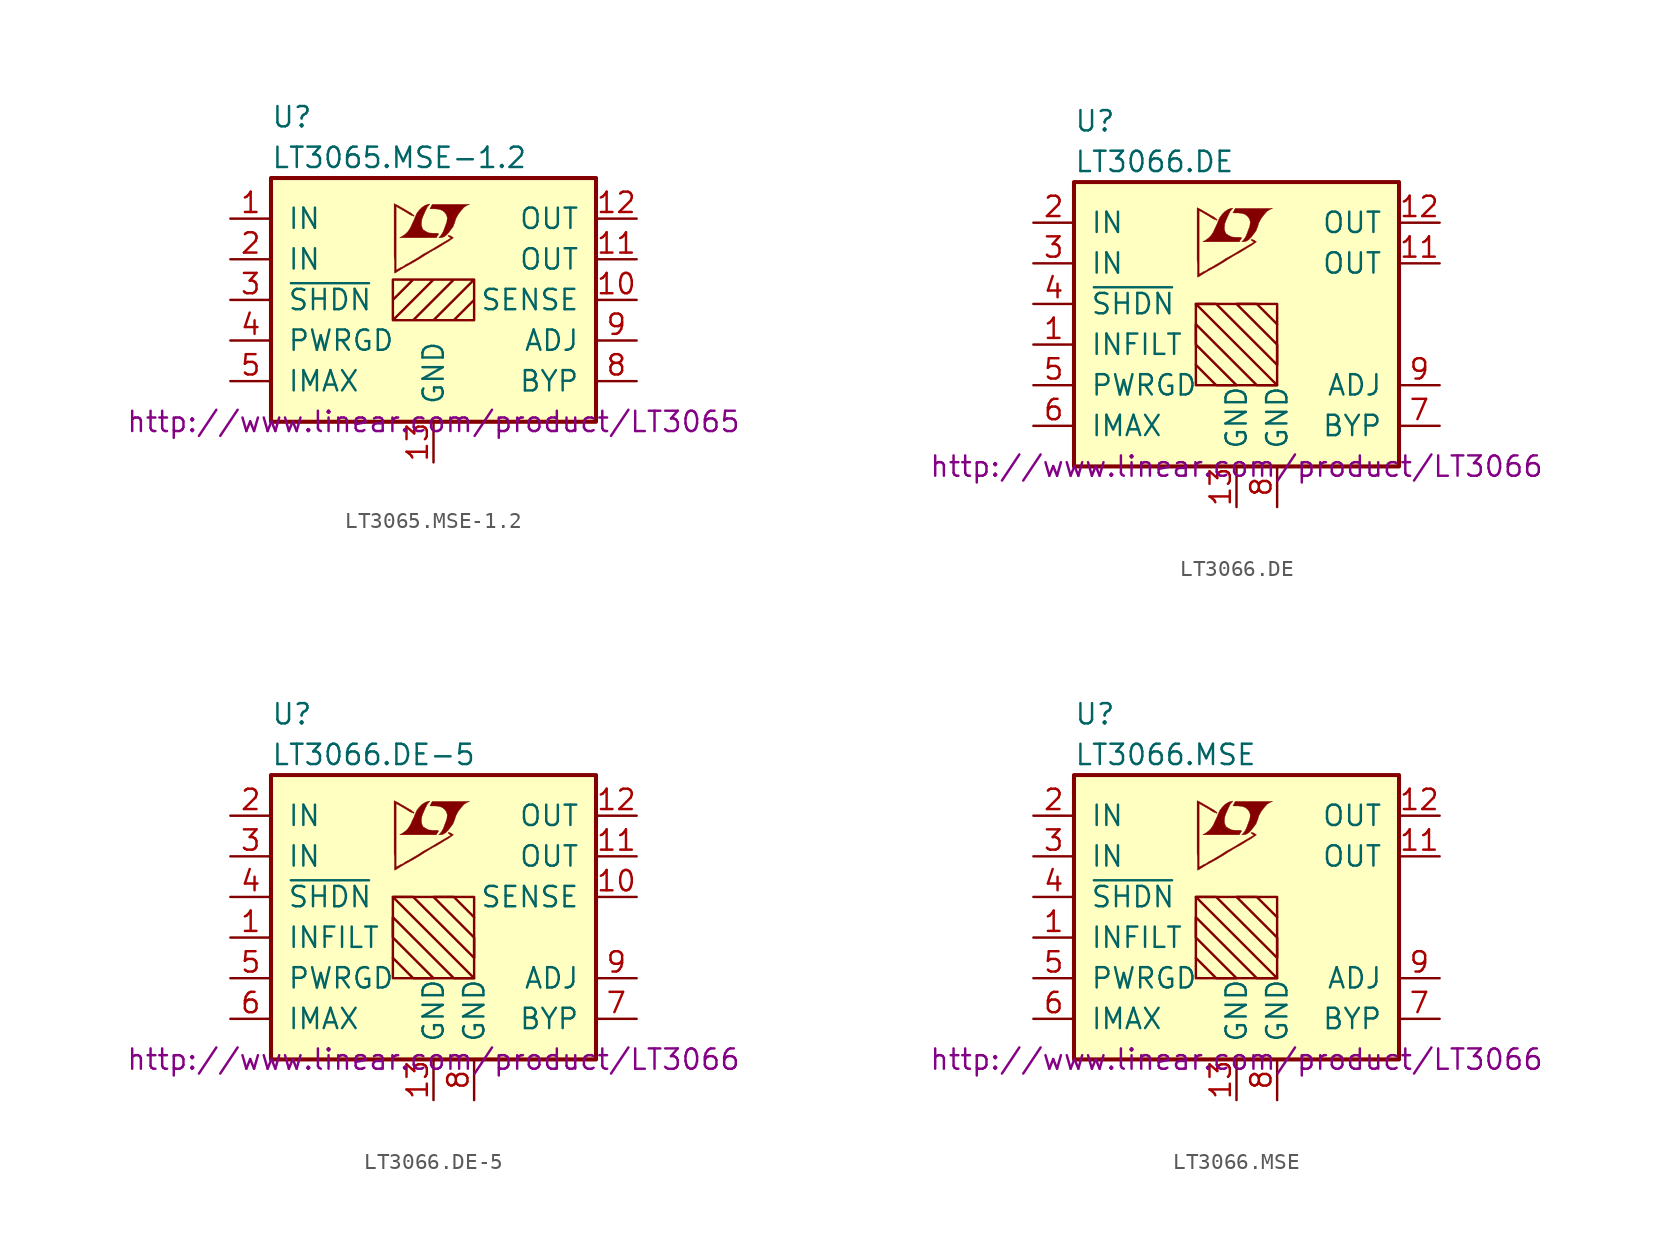
<source format=kicad_sym>
(kicad_symbol_lib
  (version 20201005)
  (generator kicad_symbol_editor)
  (symbol "LT3065.MSE-1.2"
    (pin_names
      (offset 1.016))
    (property "Reference" "U"
      (at -10.16 11.43 0)
      (effects (font (size 1.27 1.27)) (justify left)))
    (property "Value" "LT3065.MSE-1.2"
      (at -10.16 8.89 0)
      (effects (font (size 1.27 1.27)) (justify left)))
    (property "Datasheet" "http://www.linear.com/product/LT3065"
      (at 0 -7.62 0)
      (effects (font (size 1.27 1.27))))
    (symbol "LT3065.MSE-1.2_0_0"
      (polyline (pts (xy 0.584 3.912) (xy 0.762 4.013) (xy 0.914 4.166) (xy 1.219 4.572) (xy 1.321 4.826) (xy 1.397 5.08) (xy 1.549 5.359) (xy 1.727 5.588) (xy 1.905 5.791) (xy 2.108 5.918) (xy 2.261 5.969) (xy -0.076 5.969) (xy -0.152 5.842) (xy -0.152 5.817) (xy -0.203 5.74) (xy -0.229 5.715) (xy -0.178 5.69) (xy 0.102 5.69) (xy 0.356 5.664) (xy 0.559 5.588) (xy 0.711 5.461) (xy 0.813 5.309) (xy 0.864 5.131) (xy 0.838 4.902) (xy 0.838 4.877) (xy 0.61 4.267) (xy 0.508 4.089) (xy 0.406 3.962) (xy 0.33 3.886) (xy 0.432 3.886) (xy 0.584 3.912)) (stroke (width 0.025)) (fill (type outline)))
      (polyline (pts (xy 0.229 3.988) (xy 0.254 4.013) (xy 0.305 4.089) (xy 0.305 4.14) (xy 0.254 4.166) (xy -0.051 4.166) (xy -0.305 4.191) (xy -0.508 4.293) (xy -0.66 4.394) (xy -0.737 4.572) (xy -0.762 4.75) (xy -0.737 4.978) (xy -0.737 5.004) (xy -0.686 5.156) (xy -0.533 5.512) (xy -0.381 5.817) (xy -0.305 5.893) (xy -0.229 5.994) (xy -0.356 5.969) (xy -0.508 5.918) (xy -0.711 5.791) (xy -0.889 5.613) (xy -1.041 5.41) (xy -1.168 5.131) (xy -1.168 5.105) (xy -1.321 4.775) (xy -1.448 4.496) (xy -1.6 4.267) (xy -1.753 4.115) (xy -1.93 3.988) (xy -2.108 3.886) (xy 0.178 3.886) (xy 0.229 3.988)) (stroke (width 0.025)) (fill (type outline)))
      (polyline (pts (xy -2.362 1.702) (xy -2.286 1.753) (xy -2.159 1.829) (xy -2.083 1.88) (xy -1.829 2.032) (xy -1.27 2.337) (xy -0.762 2.642) (xy -0.533 2.794) (xy -0.356 2.896) (xy -0.203 2.997) (xy -0.102 3.048) (xy -0.025 3.099) (xy 0.127 3.175) (xy 0.305 3.277) (xy 0.711 3.531) (xy 0.889 3.632) (xy 1.041 3.734) (xy 1.143 3.81) (xy 1.219 3.861) (xy 1.245 3.886) (xy 1.092 3.988) (xy 0.94 4.039) (xy 0.914 4.013) (xy 0.914 3.988) (xy 0.991 3.937) (xy 1.092 3.861) (xy 0.178 3.327) (xy -0.025 3.2) (xy -0.33 3.023) (xy -0.66 2.845) (xy -0.965 2.642) (xy -1.27 2.464) (xy -1.524 2.311) (xy -1.727 2.21) (xy -1.905 2.083) (xy -2.083 2.007) (xy -2.21 1.93) (xy -2.311 1.88) (xy -2.337 1.854) (xy -2.337 5.842) (xy -1.803 5.537) (xy -1.676 5.461) (xy -1.524 5.359) (xy -1.372 5.283) (xy -1.295 5.258) (xy -1.245 5.232) (xy -1.219 5.232) (xy -1.219 5.283) (xy -1.295 5.334) (xy -1.422 5.436) (xy -1.6 5.537) (xy -1.727 5.613) (xy -2.083 5.817) (xy -2.21 5.893) (xy -2.464 6.02) (xy -2.464 2.743) (xy -2.438 2.438) (xy -2.438 1.676) (xy -2.413 1.676) (xy -2.362 1.702)) (stroke (width 0.025)) (fill (type outline))))
    (symbol "LT3065.MSE-1.2_0_1"
      (rectangle (start -10.16 7.62) (end 10.16 -7.62) (stroke (width 0.254)) (fill (type background)))
      (polyline (pts (xy -2.54 0) (xy -1.27 1.27) (xy 0 1.27) (xy -2.54 -1.27) (xy -1.27 -1.27) (xy 1.27 1.27) (xy 2.54 1.27) (xy 0 -1.27) (xy 1.27 -1.27) (xy 2.54 0) (xy 2.54 -1.27) (xy -2.54 -1.27) (xy -2.54 1.27) (xy 2.54 1.27) (xy 2.54 -1.27)) (stroke (width 0)) (fill (type none))))
    (symbol "LT3065.MSE-1.2_1_1"
      (pin power_in line (at -12.7 5.08 0) (length 2.54) (name "IN" (effects (font (size 1.27 1.27)))) (number "1" (effects (font (size 1.27 1.27)))))
      (pin passive line (at 12.7 0 180) (length 2.54) (name "SENSE" (effects (font (size 1.27 1.27)))) (number "10" (effects (font (size 1.27 1.27)))))
      (pin power_out line (at 12.7 2.54 180) (length 2.54) (name "OUT" (effects (font (size 1.27 1.27)))) (number "11" (effects (font (size 1.27 1.27)))))
      (pin power_out line (at 12.7 5.08 180) (length 2.54) (name "OUT" (effects (font (size 1.27 1.27)))) (number "12" (effects (font (size 1.27 1.27)))))
      (pin power_in line (at 0 -10.16 90) (length 2.54) (name "GND" (effects (font (size 1.27 1.27)))) (number "13" (effects (font (size 1.27 1.27)))))
      (pin power_in line (at -12.7 2.54 0) (length 2.54) (name "IN" (effects (font (size 1.27 1.27)))) (number "2" (effects (font (size 1.27 1.27)))))
      (pin input line (at -12.7 0 0) (length 2.54) (name "~SHDN~" (effects (font (size 1.27 1.27)))) (number "3" (effects (font (size 1.27 1.27)))))
      (pin open_collector line (at -12.7 -2.54 0) (length 2.54) (name "PWRGD" (effects (font (size 1.27 1.27)))) (number "4" (effects (font (size 1.27 1.27)))))
      (pin passive line (at -12.7 -5.08 0) (length 2.54) (name "IMAX" (effects (font (size 1.27 1.27)))) (number "5" (effects (font (size 1.27 1.27)))))
      (pin unconnected line (at 2.54 10.16 270) (length 2.54) hide (name "NC" (effects (font (size 1.27 1.27)))) (number "6" (effects (font (size 1.27 1.27)))))
      (pin unconnected line (at 5.08 10.16 270) (length 2.54) hide (name "NC" (effects (font (size 1.27 1.27)))) (number "7" (effects (font (size 1.27 1.27)))))
      (pin passive line (at 12.7 -5.08 180) (length 2.54) (name "BYP" (effects (font (size 1.27 1.27)))) (number "8" (effects (font (size 1.27 1.27)))))
      (pin passive line (at 12.7 -2.54 180) (length 2.54) (name "ADJ" (effects (font (size 1.27 1.27)))) (number "9" (effects (font (size 1.27 1.27)))))))
  (symbol "LT3066.DE"
    (pin_names
      (offset 1.016))
    (property "Reference" "U"
      (at -10.16 13.97 0)
      (effects (font (size 1.27 1.27)) (justify left)))
    (property "Value" "LT3066.DE"
      (at -10.16 11.43 0)
      (effects (font (size 1.27 1.27)) (justify left)))
    (property "Datasheet" "http://www.linear.com/product/LT3066"
      (at 0 -7.62 0)
      (effects (font (size 1.27 1.27))))
    (symbol "LT3066.DE_0_0"
      (polyline (pts (xy 0.584 6.452) (xy 0.762 6.553) (xy 0.914 6.706) (xy 1.219 7.112) (xy 1.321 7.366) (xy 1.397 7.62) (xy 1.549 7.899) (xy 1.727 8.128) (xy 1.905 8.331) (xy 2.108 8.458) (xy 2.261 8.509) (xy -0.076 8.509) (xy -0.152 8.382) (xy -0.152 8.357) (xy -0.203 8.28) (xy -0.229 8.255) (xy -0.178 8.23) (xy 0.102 8.23) (xy 0.356 8.204) (xy 0.559 8.128) (xy 0.711 8.001) (xy 0.813 7.849) (xy 0.864 7.671) (xy 0.838 7.442) (xy 0.838 7.417) (xy 0.61 6.807) (xy 0.508 6.629) (xy 0.406 6.502) (xy 0.33 6.426) (xy 0.432 6.426) (xy 0.584 6.452)) (stroke (width 0.025)) (fill (type outline)))
      (polyline (pts (xy 0.229 6.528) (xy 0.254 6.553) (xy 0.305 6.629) (xy 0.305 6.68) (xy 0.254 6.706) (xy -0.051 6.706) (xy -0.305 6.731) (xy -0.508 6.833) (xy -0.66 6.934) (xy -0.737 7.112) (xy -0.762 7.29) (xy -0.737 7.518) (xy -0.737 7.544) (xy -0.686 7.696) (xy -0.533 8.052) (xy -0.381 8.357) (xy -0.305 8.433) (xy -0.229 8.534) (xy -0.356 8.509) (xy -0.508 8.458) (xy -0.711 8.331) (xy -0.889 8.153) (xy -1.041 7.95) (xy -1.168 7.671) (xy -1.168 7.645) (xy -1.321 7.315) (xy -1.448 7.036) (xy -1.6 6.807) (xy -1.753 6.655) (xy -1.93 6.528) (xy -2.108 6.426) (xy 0.178 6.426) (xy 0.229 6.528)) (stroke (width 0.025)) (fill (type outline)))
      (polyline (pts (xy -2.362 4.242) (xy -2.286 4.293) (xy -2.159 4.369) (xy -2.083 4.42) (xy -1.829 4.572) (xy -1.27 4.877) (xy -0.762 5.182) (xy -0.533 5.334) (xy -0.356 5.436) (xy -0.203 5.537) (xy -0.102 5.588) (xy -0.025 5.639) (xy 0.127 5.715) (xy 0.305 5.817) (xy 0.711 6.071) (xy 0.889 6.172) (xy 1.041 6.274) (xy 1.143 6.35) (xy 1.219 6.401) (xy 1.245 6.426) (xy 1.092 6.528) (xy 0.94 6.579) (xy 0.914 6.553) (xy 0.914 6.528) (xy 0.991 6.477) (xy 1.092 6.401) (xy 0.178 5.867) (xy -0.025 5.74) (xy -0.33 5.563) (xy -0.66 5.385) (xy -0.965 5.182) (xy -1.27 5.004) (xy -1.524 4.851) (xy -1.727 4.75) (xy -1.905 4.623) (xy -2.083 4.547) (xy -2.21 4.47) (xy -2.311 4.42) (xy -2.337 4.394) (xy -2.337 8.382) (xy -1.803 8.077) (xy -1.676 8.001) (xy -1.524 7.899) (xy -1.372 7.823) (xy -1.295 7.798) (xy -1.245 7.772) (xy -1.219 7.772) (xy -1.219 7.823) (xy -1.295 7.874) (xy -1.422 7.976) (xy -1.6 8.077) (xy -1.727 8.153) (xy -2.083 8.357) (xy -2.21 8.433) (xy -2.464 8.56) (xy -2.464 5.283) (xy -2.438 4.978) (xy -2.438 4.216) (xy -2.413 4.216) (xy -2.362 4.242)) (stroke (width 0.025)) (fill (type outline))))
    (symbol "LT3066.DE_0_1"
      (rectangle (start -10.16 10.16) (end 10.16 -7.62) (stroke (width 0.254)) (fill (type background)))
      (rectangle (start -2.54 2.54) (end 2.54 -2.54) (stroke (width 0)) (fill (type none)))
      (polyline (pts (xy -2.54 -1.27) (xy -1.27 -2.54) (xy 0 -2.54) (xy -2.54 0) (xy -2.54 1.27) (xy 1.27 -2.54) (xy 2.54 -2.54) (xy -2.54 2.54) (xy -1.27 2.54) (xy 2.54 -1.27) (xy 2.54 0) (xy 0 2.54) (xy 1.27 2.54) (xy 2.54 1.27)) (stroke (width 0)) (fill (type none))))
    (symbol "LT3066.DE_1_1"
      (pin passive line (at -12.7 0 0) (length 2.54) (name "INFILT" (effects (font (size 1.27 1.27)))) (number "1" (effects (font (size 1.27 1.27)))))
      (pin unconnected line (at 12.7 2.54 180) (length 2.54) hide (name "NC" (effects (font (size 1.27 1.27)))) (number "10" (effects (font (size 1.27 1.27)))))
      (pin power_out line (at 12.7 5.08 180) (length 2.54) (name "OUT" (effects (font (size 1.27 1.27)))) (number "11" (effects (font (size 1.27 1.27)))))
      (pin power_out line (at 12.7 7.62 180) (length 2.54) (name "OUT" (effects (font (size 1.27 1.27)))) (number "12" (effects (font (size 1.27 1.27)))))
      (pin power_in line (at 0 -10.16 90) (length 2.54) (name "GND" (effects (font (size 1.27 1.27)))) (number "13" (effects (font (size 1.27 1.27)))))
      (pin power_in line (at -12.7 7.62 0) (length 2.54) (name "IN" (effects (font (size 1.27 1.27)))) (number "2" (effects (font (size 1.27 1.27)))))
      (pin power_in line (at -12.7 5.08 0) (length 2.54) (name "IN" (effects (font (size 1.27 1.27)))) (number "3" (effects (font (size 1.27 1.27)))))
      (pin input line (at -12.7 2.54 0) (length 2.54) (name "~SHDN~" (effects (font (size 1.27 1.27)))) (number "4" (effects (font (size 1.27 1.27)))))
      (pin open_collector line (at -12.7 -2.54 0) (length 2.54) (name "PWRGD" (effects (font (size 1.27 1.27)))) (number "5" (effects (font (size 1.27 1.27)))))
      (pin passive line (at -12.7 -5.08 0) (length 2.54) (name "IMAX" (effects (font (size 1.27 1.27)))) (number "6" (effects (font (size 1.27 1.27)))))
      (pin passive line (at 12.7 -5.08 180) (length 2.54) (name "BYP" (effects (font (size 1.27 1.27)))) (number "7" (effects (font (size 1.27 1.27)))))
      (pin power_in line (at 2.54 -10.16 90) (length 2.54) (name "GND" (effects (font (size 1.27 1.27)))) (number "8" (effects (font (size 1.27 1.27)))))
      (pin passive line (at 12.7 -2.54 180) (length 2.54) (name "ADJ" (effects (font (size 1.27 1.27)))) (number "9" (effects (font (size 1.27 1.27)))))))
  (symbol "LT3066.DE-5"
    (pin_names
      (offset 1.016))
    (property "Reference" "U"
      (at -10.16 13.97 0)
      (effects (font (size 1.27 1.27)) (justify left)))
    (property "Value" "LT3066.DE-5"
      (at -10.16 11.43 0)
      (effects (font (size 1.27 1.27)) (justify left)))
    (property "Datasheet" "http://www.linear.com/product/LT3066"
      (at 0 -7.62 0)
      (effects (font (size 1.27 1.27))))
    (symbol "LT3066.DE-5_0_0"
      (polyline (pts (xy 0.584 6.452) (xy 0.762 6.553) (xy 0.914 6.706) (xy 1.219 7.112) (xy 1.321 7.366) (xy 1.397 7.62) (xy 1.549 7.899) (xy 1.727 8.128) (xy 1.905 8.331) (xy 2.108 8.458) (xy 2.261 8.509) (xy -0.076 8.509) (xy -0.152 8.382) (xy -0.152 8.357) (xy -0.203 8.28) (xy -0.229 8.255) (xy -0.178 8.23) (xy 0.102 8.23) (xy 0.356 8.204) (xy 0.559 8.128) (xy 0.711 8.001) (xy 0.813 7.849) (xy 0.864 7.671) (xy 0.838 7.442) (xy 0.838 7.417) (xy 0.61 6.807) (xy 0.508 6.629) (xy 0.406 6.502) (xy 0.33 6.426) (xy 0.432 6.426) (xy 0.584 6.452)) (stroke (width 0.025)) (fill (type outline)))
      (polyline (pts (xy 0.229 6.528) (xy 0.254 6.553) (xy 0.305 6.629) (xy 0.305 6.68) (xy 0.254 6.706) (xy -0.051 6.706) (xy -0.305 6.731) (xy -0.508 6.833) (xy -0.66 6.934) (xy -0.737 7.112) (xy -0.762 7.29) (xy -0.737 7.518) (xy -0.737 7.544) (xy -0.686 7.696) (xy -0.533 8.052) (xy -0.381 8.357) (xy -0.305 8.433) (xy -0.229 8.534) (xy -0.356 8.509) (xy -0.508 8.458) (xy -0.711 8.331) (xy -0.889 8.153) (xy -1.041 7.95) (xy -1.168 7.671) (xy -1.168 7.645) (xy -1.321 7.315) (xy -1.448 7.036) (xy -1.6 6.807) (xy -1.753 6.655) (xy -1.93 6.528) (xy -2.108 6.426) (xy 0.178 6.426) (xy 0.229 6.528)) (stroke (width 0.025)) (fill (type outline)))
      (polyline (pts (xy -2.362 4.242) (xy -2.286 4.293) (xy -2.159 4.369) (xy -2.083 4.42) (xy -1.829 4.572) (xy -1.27 4.877) (xy -0.762 5.182) (xy -0.533 5.334) (xy -0.356 5.436) (xy -0.203 5.537) (xy -0.102 5.588) (xy -0.025 5.639) (xy 0.127 5.715) (xy 0.305 5.817) (xy 0.711 6.071) (xy 0.889 6.172) (xy 1.041 6.274) (xy 1.143 6.35) (xy 1.219 6.401) (xy 1.245 6.426) (xy 1.092 6.528) (xy 0.94 6.579) (xy 0.914 6.553) (xy 0.914 6.528) (xy 0.991 6.477) (xy 1.092 6.401) (xy 0.178 5.867) (xy -0.025 5.74) (xy -0.33 5.563) (xy -0.66 5.385) (xy -0.965 5.182) (xy -1.27 5.004) (xy -1.524 4.851) (xy -1.727 4.75) (xy -1.905 4.623) (xy -2.083 4.547) (xy -2.21 4.47) (xy -2.311 4.42) (xy -2.337 4.394) (xy -2.337 8.382) (xy -1.803 8.077) (xy -1.676 8.001) (xy -1.524 7.899) (xy -1.372 7.823) (xy -1.295 7.798) (xy -1.245 7.772) (xy -1.219 7.772) (xy -1.219 7.823) (xy -1.295 7.874) (xy -1.422 7.976) (xy -1.6 8.077) (xy -1.727 8.153) (xy -2.083 8.357) (xy -2.21 8.433) (xy -2.464 8.56) (xy -2.464 5.283) (xy -2.438 4.978) (xy -2.438 4.216) (xy -2.413 4.216) (xy -2.362 4.242)) (stroke (width 0.025)) (fill (type outline))))
    (symbol "LT3066.DE-5_0_1"
      (rectangle (start -10.16 10.16) (end 10.16 -7.62) (stroke (width 0.254)) (fill (type background)))
      (rectangle (start -2.54 2.54) (end 2.54 -2.54) (stroke (width 0)) (fill (type none)))
      (polyline (pts (xy -2.54 -1.27) (xy -1.27 -2.54) (xy 0 -2.54) (xy -2.54 0) (xy -2.54 1.27) (xy 1.27 -2.54) (xy 2.54 -2.54) (xy -2.54 2.54) (xy -1.27 2.54) (xy 2.54 -1.27) (xy 2.54 0) (xy 0 2.54) (xy 1.27 2.54) (xy 2.54 1.27)) (stroke (width 0)) (fill (type none))))
    (symbol "LT3066.DE-5_1_1"
      (pin passive line (at -12.7 0 0) (length 2.54) (name "INFILT" (effects (font (size 1.27 1.27)))) (number "1" (effects (font (size 1.27 1.27)))))
      (pin passive line (at 12.7 2.54 180) (length 2.54) (name "SENSE" (effects (font (size 1.27 1.27)))) (number "10" (effects (font (size 1.27 1.27)))))
      (pin power_out line (at 12.7 5.08 180) (length 2.54) (name "OUT" (effects (font (size 1.27 1.27)))) (number "11" (effects (font (size 1.27 1.27)))))
      (pin power_out line (at 12.7 7.62 180) (length 2.54) (name "OUT" (effects (font (size 1.27 1.27)))) (number "12" (effects (font (size 1.27 1.27)))))
      (pin power_in line (at 0 -10.16 90) (length 2.54) (name "GND" (effects (font (size 1.27 1.27)))) (number "13" (effects (font (size 1.27 1.27)))))
      (pin power_in line (at -12.7 7.62 0) (length 2.54) (name "IN" (effects (font (size 1.27 1.27)))) (number "2" (effects (font (size 1.27 1.27)))))
      (pin power_in line (at -12.7 5.08 0) (length 2.54) (name "IN" (effects (font (size 1.27 1.27)))) (number "3" (effects (font (size 1.27 1.27)))))
      (pin input line (at -12.7 2.54 0) (length 2.54) (name "~SHDN~" (effects (font (size 1.27 1.27)))) (number "4" (effects (font (size 1.27 1.27)))))
      (pin open_collector line (at -12.7 -2.54 0) (length 2.54) (name "PWRGD" (effects (font (size 1.27 1.27)))) (number "5" (effects (font (size 1.27 1.27)))))
      (pin passive line (at -12.7 -5.08 0) (length 2.54) (name "IMAX" (effects (font (size 1.27 1.27)))) (number "6" (effects (font (size 1.27 1.27)))))
      (pin passive line (at 12.7 -5.08 180) (length 2.54) (name "BYP" (effects (font (size 1.27 1.27)))) (number "7" (effects (font (size 1.27 1.27)))))
      (pin power_in line (at 2.54 -10.16 90) (length 2.54) (name "GND" (effects (font (size 1.27 1.27)))) (number "8" (effects (font (size 1.27 1.27)))))
      (pin passive line (at 12.7 -2.54 180) (length 2.54) (name "ADJ" (effects (font (size 1.27 1.27)))) (number "9" (effects (font (size 1.27 1.27)))))))
  (symbol "LT3066.MSE"
    (pin_names
      (offset 1.016))
    (property "Reference" "U"
      (at -10.16 13.97 0)
      (effects (font (size 1.27 1.27)) (justify left)))
    (property "Value" "LT3066.MSE"
      (at -10.16 11.43 0)
      (effects (font (size 1.27 1.27)) (justify left)))
    (property "Datasheet" "http://www.linear.com/product/LT3066"
      (at 0 -7.62 0)
      (effects (font (size 1.27 1.27))))
    (symbol "LT3066.MSE_0_0"
      (polyline (pts (xy 0.584 6.452) (xy 0.762 6.553) (xy 0.914 6.706) (xy 1.219 7.112) (xy 1.321 7.366) (xy 1.397 7.62) (xy 1.549 7.899) (xy 1.727 8.128) (xy 1.905 8.331) (xy 2.108 8.458) (xy 2.261 8.509) (xy -0.076 8.509) (xy -0.152 8.382) (xy -0.152 8.357) (xy -0.203 8.28) (xy -0.229 8.255) (xy -0.178 8.23) (xy 0.102 8.23) (xy 0.356 8.204) (xy 0.559 8.128) (xy 0.711 8.001) (xy 0.813 7.849) (xy 0.864 7.671) (xy 0.838 7.442) (xy 0.838 7.417) (xy 0.61 6.807) (xy 0.508 6.629) (xy 0.406 6.502) (xy 0.33 6.426) (xy 0.432 6.426) (xy 0.584 6.452)) (stroke (width 0.025)) (fill (type outline)))
      (polyline (pts (xy 0.229 6.528) (xy 0.254 6.553) (xy 0.305 6.629) (xy 0.305 6.68) (xy 0.254 6.706) (xy -0.051 6.706) (xy -0.305 6.731) (xy -0.508 6.833) (xy -0.66 6.934) (xy -0.737 7.112) (xy -0.762 7.29) (xy -0.737 7.518) (xy -0.737 7.544) (xy -0.686 7.696) (xy -0.533 8.052) (xy -0.381 8.357) (xy -0.305 8.433) (xy -0.229 8.534) (xy -0.356 8.509) (xy -0.508 8.458) (xy -0.711 8.331) (xy -0.889 8.153) (xy -1.041 7.95) (xy -1.168 7.671) (xy -1.168 7.645) (xy -1.321 7.315) (xy -1.448 7.036) (xy -1.6 6.807) (xy -1.753 6.655) (xy -1.93 6.528) (xy -2.108 6.426) (xy 0.178 6.426) (xy 0.229 6.528)) (stroke (width 0.025)) (fill (type outline)))
      (polyline (pts (xy -2.362 4.242) (xy -2.286 4.293) (xy -2.159 4.369) (xy -2.083 4.42) (xy -1.829 4.572) (xy -1.27 4.877) (xy -0.762 5.182) (xy -0.533 5.334) (xy -0.356 5.436) (xy -0.203 5.537) (xy -0.102 5.588) (xy -0.025 5.639) (xy 0.127 5.715) (xy 0.305 5.817) (xy 0.711 6.071) (xy 0.889 6.172) (xy 1.041 6.274) (xy 1.143 6.35) (xy 1.219 6.401) (xy 1.245 6.426) (xy 1.092 6.528) (xy 0.94 6.579) (xy 0.914 6.553) (xy 0.914 6.528) (xy 0.991 6.477) (xy 1.092 6.401) (xy 0.178 5.867) (xy -0.025 5.74) (xy -0.33 5.563) (xy -0.66 5.385) (xy -0.965 5.182) (xy -1.27 5.004) (xy -1.524 4.851) (xy -1.727 4.75) (xy -1.905 4.623) (xy -2.083 4.547) (xy -2.21 4.47) (xy -2.311 4.42) (xy -2.337 4.394) (xy -2.337 8.382) (xy -1.803 8.077) (xy -1.676 8.001) (xy -1.524 7.899) (xy -1.372 7.823) (xy -1.295 7.798) (xy -1.245 7.772) (xy -1.219 7.772) (xy -1.219 7.823) (xy -1.295 7.874) (xy -1.422 7.976) (xy -1.6 8.077) (xy -1.727 8.153) (xy -2.083 8.357) (xy -2.21 8.433) (xy -2.464 8.56) (xy -2.464 5.283) (xy -2.438 4.978) (xy -2.438 4.216) (xy -2.413 4.216) (xy -2.362 4.242)) (stroke (width 0.025)) (fill (type outline))))
    (symbol "LT3066.MSE_0_1"
      (rectangle (start -10.16 10.16) (end 10.16 -7.62) (stroke (width 0.254)) (fill (type background)))
      (rectangle (start -2.54 2.54) (end 2.54 -2.54) (stroke (width 0)) (fill (type none)))
      (polyline (pts (xy -2.54 -1.27) (xy -1.27 -2.54) (xy 0 -2.54) (xy -2.54 0) (xy -2.54 1.27) (xy 1.27 -2.54) (xy 2.54 -2.54) (xy -2.54 2.54) (xy -1.27 2.54) (xy 2.54 -1.27) (xy 2.54 0) (xy 0 2.54) (xy 1.27 2.54) (xy 2.54 1.27)) (stroke (width 0)) (fill (type none))))
    (symbol "LT3066.MSE_1_1"
      (pin passive line (at -12.7 0 0) (length 2.54) (name "INFILT" (effects (font (size 1.27 1.27)))) (number "1" (effects (font (size 1.27 1.27)))))
      (pin unconnected line (at 12.7 2.54 180) (length 2.54) hide (name "NC" (effects (font (size 1.27 1.27)))) (number "10" (effects (font (size 1.27 1.27)))))
      (pin power_out line (at 12.7 5.08 180) (length 2.54) (name "OUT" (effects (font (size 1.27 1.27)))) (number "11" (effects (font (size 1.27 1.27)))))
      (pin power_out line (at 12.7 7.62 180) (length 2.54) (name "OUT" (effects (font (size 1.27 1.27)))) (number "12" (effects (font (size 1.27 1.27)))))
      (pin power_in line (at 0 -10.16 90) (length 2.54) (name "GND" (effects (font (size 1.27 1.27)))) (number "13" (effects (font (size 1.27 1.27)))))
      (pin power_in line (at -12.7 7.62 0) (length 2.54) (name "IN" (effects (font (size 1.27 1.27)))) (number "2" (effects (font (size 1.27 1.27)))))
      (pin power_in line (at -12.7 5.08 0) (length 2.54) (name "IN" (effects (font (size 1.27 1.27)))) (number "3" (effects (font (size 1.27 1.27)))))
      (pin input line (at -12.7 2.54 0) (length 2.54) (name "~SHDN~" (effects (font (size 1.27 1.27)))) (number "4" (effects (font (size 1.27 1.27)))))
      (pin open_collector line (at -12.7 -2.54 0) (length 2.54) (name "PWRGD" (effects (font (size 1.27 1.27)))) (number "5" (effects (font (size 1.27 1.27)))))
      (pin passive line (at -12.7 -5.08 0) (length 2.54) (name "IMAX" (effects (font (size 1.27 1.27)))) (number "6" (effects (font (size 1.27 1.27)))))
      (pin passive line (at 12.7 -5.08 180) (length 2.54) (name "BYP" (effects (font (size 1.27 1.27)))) (number "7" (effects (font (size 1.27 1.27)))))
      (pin power_in line (at 2.54 -10.16 90) (length 2.54) (name "GND" (effects (font (size 1.27 1.27)))) (number "8" (effects (font (size 1.27 1.27)))))
      (pin passive line (at 12.7 -2.54 180) (length 2.54) (name "ADJ" (effects (font (size 1.27 1.27)))) (number "9" (effects (font (size 1.27 1.27))))))))
</source>
